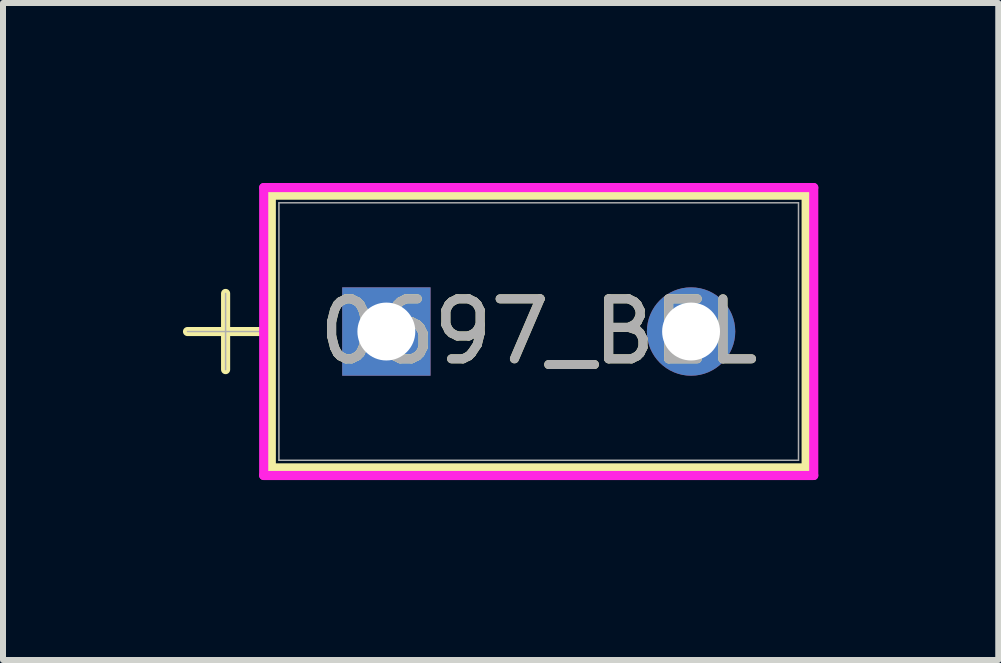
<source format=kicad_pcb>
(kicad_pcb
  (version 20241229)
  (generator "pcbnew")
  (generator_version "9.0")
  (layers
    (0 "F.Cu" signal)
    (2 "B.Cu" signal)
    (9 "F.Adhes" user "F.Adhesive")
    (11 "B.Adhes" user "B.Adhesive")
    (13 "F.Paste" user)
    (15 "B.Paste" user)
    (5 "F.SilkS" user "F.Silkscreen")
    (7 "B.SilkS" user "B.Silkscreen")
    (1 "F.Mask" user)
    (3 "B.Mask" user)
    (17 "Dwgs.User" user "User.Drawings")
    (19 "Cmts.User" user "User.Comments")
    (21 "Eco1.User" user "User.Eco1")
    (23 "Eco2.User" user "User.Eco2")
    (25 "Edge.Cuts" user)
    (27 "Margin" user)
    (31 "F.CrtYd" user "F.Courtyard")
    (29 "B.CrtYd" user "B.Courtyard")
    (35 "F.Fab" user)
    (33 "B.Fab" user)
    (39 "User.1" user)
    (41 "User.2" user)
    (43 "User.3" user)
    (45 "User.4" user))
  (footprint "0697_BEL"
    (layer "F.Cu")
    (at 3.391 2.477)
    (property "Reference" "0697_BEL" (at 2.54 0 0) (unlocked yes) (layer "F.SilkS") (effects (font (size 1 1) (thickness 0.15))))
    (attr through_hole)
    (fp_line (start -3.315 0) (end -2.045 0) (stroke (width 0.152) (type solid)) (layer "F.SilkS"))
    (fp_line (start -2.68 -0.635) (end -2.68 0.635) (stroke (width 0.152) (type solid)) (layer "F.SilkS"))
    (fp_line (start -1.918 -2.273) (end -1.918 2.273) (stroke (width 0.152) (type solid)) (layer "F.SilkS"))
    (fp_line (start 6.998 -2.273) (end -1.918 -2.273) (stroke (width 0.152) (type solid)) (layer "F.SilkS"))
    (fp_line (start 6.998 -2.273) (end 6.998 2.273) (stroke (width 0.152) (type solid)) (layer "F.SilkS"))
    (fp_line (start 6.998 2.273) (end -1.918 2.273) (stroke (width 0.152) (type solid)) (layer "F.SilkS"))
    (fp_line (start -2.045 -2.4) (end 7.125 -2.4) (stroke (width 0.152) (type solid)) (layer "F.CrtYd"))
    (fp_line (start -2.045 2.4) (end -2.045 -2.4) (stroke (width 0.152) (type solid)) (layer "F.CrtYd"))
    (fp_line (start 7.125 -2.4) (end 7.125 2.4) (stroke (width 0.152) (type solid)) (layer "F.CrtYd"))
    (fp_line (start 7.125 2.4) (end -2.045 2.4) (stroke (width 0.152) (type solid)) (layer "F.CrtYd"))
    (fp_line (start -3.315 0) (end -2.045 0) (stroke (width 0.025) (type solid)) (layer "F.Fab"))
    (fp_line (start -2.68 -0.635) (end -2.68 0.635) (stroke (width 0.025) (type solid)) (layer "F.Fab"))
    (fp_line (start -1.791 -2.146) (end -1.791 2.146) (stroke (width 0.025) (type solid)) (layer "F.Fab"))
    (fp_line (start 6.871 -2.146) (end -1.791 -2.146) (stroke (width 0.025) (type solid)) (layer "F.Fab"))
    (fp_line (start 6.871 -2.146) (end 6.871 2.146) (stroke (width 0.025) (type solid)) (layer "F.Fab"))
    (fp_line (start 6.871 2.146) (end -1.791 2.146) (stroke (width 0.025) (type solid)) (layer "F.Fab"))
    (fp_text user "${REFERENCE}" (at 2.54 0 0) (unlocked yes) (layer "F.Fab") (effects (font (size 1 1) (thickness 0.15))))
    (pad "1" thru_hole rect (at 0 0) (size 1.473 1.473) (drill 0.965) (layers "*.Cu" "*.Mask"))
    (pad "2" thru_hole circle (at 5.08 0) (size 1.473 1.473) (drill 0.965) (layers "*.Cu" "*.Mask")))
  (gr_rect
    (start -3 -3)
    (end 13.592 7.953)
    (stroke (width 0.1) (type default))
    (fill no)
    (layer "Edge.Cuts")))
</source>
